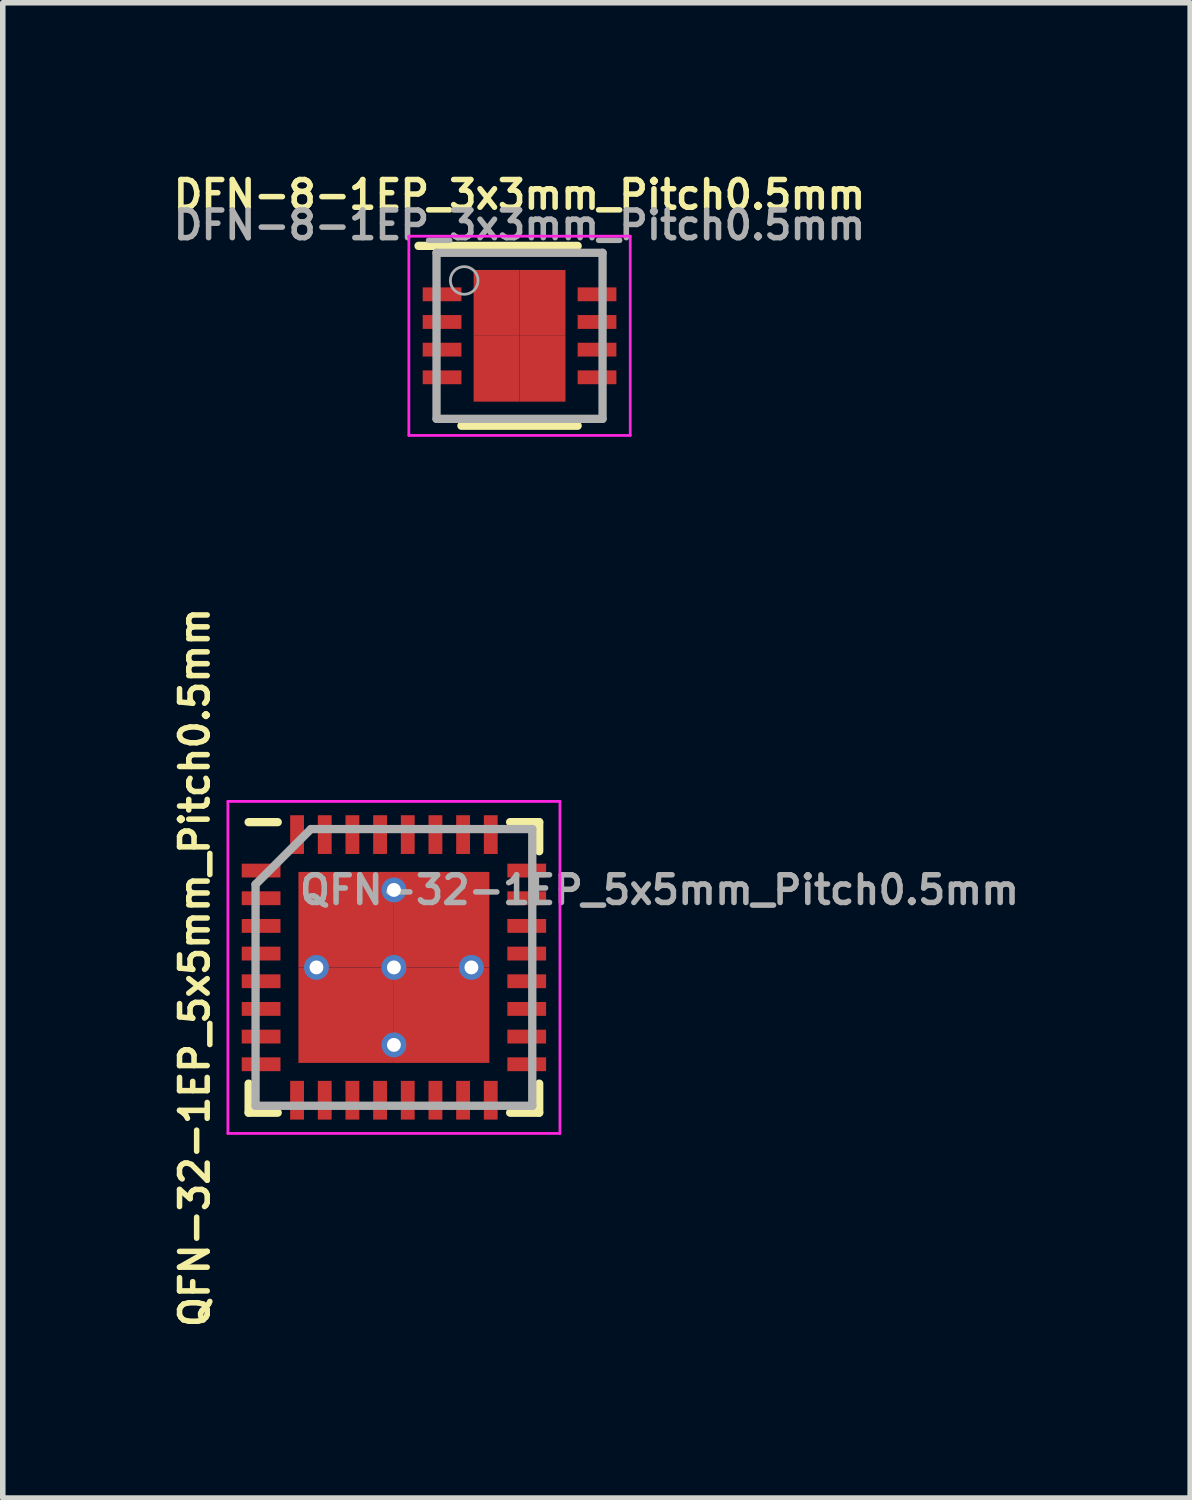
<source format=kicad_pcb>
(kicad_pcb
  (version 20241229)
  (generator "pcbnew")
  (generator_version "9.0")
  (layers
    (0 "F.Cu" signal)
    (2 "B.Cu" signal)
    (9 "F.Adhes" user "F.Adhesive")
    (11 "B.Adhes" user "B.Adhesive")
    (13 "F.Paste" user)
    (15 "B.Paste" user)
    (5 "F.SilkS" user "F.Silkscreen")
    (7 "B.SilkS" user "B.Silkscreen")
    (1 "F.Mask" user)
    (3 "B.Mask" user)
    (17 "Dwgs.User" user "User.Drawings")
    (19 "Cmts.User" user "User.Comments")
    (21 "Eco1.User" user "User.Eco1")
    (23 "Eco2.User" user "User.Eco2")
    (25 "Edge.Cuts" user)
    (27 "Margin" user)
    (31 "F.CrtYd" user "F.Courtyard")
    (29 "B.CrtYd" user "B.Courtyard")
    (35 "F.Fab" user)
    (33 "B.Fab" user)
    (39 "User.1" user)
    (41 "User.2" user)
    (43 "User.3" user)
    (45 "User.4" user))
  (footprint "DFN-8-1EP_3x3mm_Pitch0.5mm"
    (layer "F.Cu")
    (at 6.338 3.018)
    (property "Reference" "DFN-8-1EP_3x3mm_Pitch0.5mm" (at 0 -2.55 0) (layer "F.SilkS") (effects (font (size 0.5 0.5) (thickness 0.1))))
    (attr smd)
    (fp_line (start -1.825 -1.625) (end 1.05 -1.625) (stroke (width 0.15) (type solid)) (layer "F.SilkS"))
    (fp_line (start -1.05 1.625) (end 1.05 1.625) (stroke (width 0.15) (type solid)) (layer "F.SilkS"))
    (fp_line (start -2 -1.8) (end -2 1.8) (stroke (width 0.05) (type solid)) (layer "F.CrtYd"))
    (fp_line (start -2 -1.8) (end 2 -1.8) (stroke (width 0.05) (type solid)) (layer "F.CrtYd"))
    (fp_line (start -2 1.8) (end 2 1.8) (stroke (width 0.05) (type solid)) (layer "F.CrtYd"))
    (fp_line (start 2 -1.8) (end 2 1.8) (stroke (width 0.05) (type solid)) (layer "F.CrtYd"))
    (fp_line (start -1.5 -1.5) (end 1.5 -1.5) (stroke (width 0.15) (type solid)) (layer "F.Fab"))
    (fp_line (start -1.5 1.5) (end -1.5 -1.5) (stroke (width 0.15) (type solid)) (layer "F.Fab"))
    (fp_line (start 1.5 -1.5) (end 1.5 1.5) (stroke (width 0.15) (type solid)) (layer "F.Fab"))
    (fp_line (start 1.5 1.5) (end -1.5 1.5) (stroke (width 0.15) (type solid)) (layer "F.Fab"))
    (fp_circle (center -1 -1) (end -1 -1.25) (stroke (width 0.05) (type solid)) (fill no) (layer "F.Fab"))
    (fp_text user "${REFERENCE}" (at 0 -2 0) (layer "F.Fab") (effects (font (size 0.5 0.5) (thickness 0.1))))
    (pad "1" smd rect (at -1.4 -0.75) (size 0.7 0.25) (layers "F.Cu" "F.Mask" "F.Paste"))
    (pad "2" smd rect (at -1.4 -0.25) (size 0.7 0.25) (layers "F.Cu" "F.Mask" "F.Paste"))
    (pad "3" smd rect (at -1.4 0.25) (size 0.7 0.25) (layers "F.Cu" "F.Mask" "F.Paste"))
    (pad "4" smd rect (at -1.4 0.75) (size 0.7 0.25) (layers "F.Cu" "F.Mask" "F.Paste"))
    (pad "5" smd rect (at 1.4 0.75) (size 0.7 0.25) (layers "F.Cu" "F.Mask" "F.Paste"))
    (pad "6" smd rect (at 1.4 0.25) (size 0.7 0.25) (layers "F.Cu" "F.Mask" "F.Paste"))
    (pad "7" smd rect (at 1.4 -0.25) (size 0.7 0.25) (layers "F.Cu" "F.Mask" "F.Paste"))
    (pad "8" smd rect (at 1.4 -0.75) (size 0.7 0.25) (layers "F.Cu" "F.Mask" "F.Paste"))
    (pad "9" smd rect (at -0.415 -0.595) (size 0.83 1.19) (layers "F.Cu" "F.Mask" "F.Paste"))
    (pad "9" smd rect (at -0.415 0.595) (size 0.83 1.19) (layers "F.Cu" "F.Mask" "F.Paste"))
    (pad "9" smd rect (at 0.415 -0.595) (size 0.83 1.19) (layers "F.Cu" "F.Mask" "F.Paste"))
    (pad "9" smd rect (at 0.415 0.595) (size 0.83 1.19) (layers "F.Cu" "F.Mask" "F.Paste")))
  (footprint "QFN-32-1EP_5x5mm_Pitch0.5mm"
    (layer "F.Cu")
    (at 4.068 14.431)
    (property "Reference" "QFN-32-1EP_5x5mm_Pitch0.5mm" (at -3.6 0 90) (layer "F.SilkS") (effects (font (size 0.5 0.5) (thickness 0.1))))
    (attr smd)
    (fp_line (start -2.625 -2.625) (end -2.1 -2.625) (stroke (width 0.15) (type solid)) (layer "F.SilkS"))
    (fp_line (start -2.625 2.625) (end -2.625 2.1) (stroke (width 0.15) (type solid)) (layer "F.SilkS"))
    (fp_line (start -2.625 2.625) (end -2.1 2.625) (stroke (width 0.15) (type solid)) (layer "F.SilkS"))
    (fp_line (start 2.625 -2.625) (end 2.1 -2.625) (stroke (width 0.15) (type solid)) (layer "F.SilkS"))
    (fp_line (start 2.625 -2.625) (end 2.625 -2.1) (stroke (width 0.15) (type solid)) (layer "F.SilkS"))
    (fp_line (start 2.625 2.625) (end 2.1 2.625) (stroke (width 0.15) (type solid)) (layer "F.SilkS"))
    (fp_line (start 2.625 2.625) (end 2.625 2.1) (stroke (width 0.15) (type solid)) (layer "F.SilkS"))
    (fp_line (start -3 -3) (end -3 3) (stroke (width 0.05) (type solid)) (layer "F.CrtYd"))
    (fp_line (start -3 -3) (end 3 -3) (stroke (width 0.05) (type solid)) (layer "F.CrtYd"))
    (fp_line (start -3 3) (end 3 3) (stroke (width 0.05) (type solid)) (layer "F.CrtYd"))
    (fp_line (start 3 -3) (end 3 3) (stroke (width 0.05) (type solid)) (layer "F.CrtYd"))
    (fp_line (start -2.5 -1.5) (end -1.5 -2.5) (stroke (width 0.15) (type solid)) (layer "F.Fab"))
    (fp_line (start -2.5 2.5) (end -2.5 -1.5) (stroke (width 0.15) (type solid)) (layer "F.Fab"))
    (fp_line (start -1.5 -2.5) (end 2.5 -2.5) (stroke (width 0.15) (type solid)) (layer "F.Fab"))
    (fp_line (start 2.5 -2.5) (end 2.5 2.5) (stroke (width 0.15) (type solid)) (layer "F.Fab"))
    (fp_line (start 2.5 2.5) (end -2.5 2.5) (stroke (width 0.15) (type solid)) (layer "F.Fab"))
    (fp_text user "${REFERENCE}" (at 4.8 -1.4 0) (layer "F.Fab") (effects (font (size 0.5 0.5) (thickness 0.1))))
    (pad "1" smd rect (at -2.4 -1.75) (size 0.7 0.25) (layers "F.Cu" "F.Mask" "F.Paste"))
    (pad "2" smd rect (at -2.4 -1.25) (size 0.7 0.25) (layers "F.Cu" "F.Mask" "F.Paste"))
    (pad "3" smd rect (at -2.4 -0.75) (size 0.7 0.25) (layers "F.Cu" "F.Mask" "F.Paste"))
    (pad "4" smd rect (at -2.4 -0.25) (size 0.7 0.25) (layers "F.Cu" "F.Mask" "F.Paste"))
    (pad "5" smd rect (at -2.4 0.25) (size 0.7 0.25) (layers "F.Cu" "F.Mask" "F.Paste"))
    (pad "6" smd rect (at -2.4 0.75) (size 0.7 0.25) (layers "F.Cu" "F.Mask" "F.Paste"))
    (pad "7" smd rect (at -2.4 1.25) (size 0.7 0.25) (layers "F.Cu" "F.Mask" "F.Paste"))
    (pad "8" smd rect (at -2.4 1.75) (size 0.7 0.25) (layers "F.Cu" "F.Mask" "F.Paste"))
    (pad "9" smd rect (at -1.75 2.4 90) (size 0.7 0.25) (layers "F.Cu" "F.Mask" "F.Paste"))
    (pad "10" smd rect (at -1.25 2.4 90) (size 0.7 0.25) (layers "F.Cu" "F.Mask" "F.Paste"))
    (pad "11" smd rect (at -0.75 2.4 90) (size 0.7 0.25) (layers "F.Cu" "F.Mask" "F.Paste"))
    (pad "12" smd rect (at -0.25 2.4 90) (size 0.7 0.25) (layers "F.Cu" "F.Mask" "F.Paste"))
    (pad "13" smd rect (at 0.25 2.4 90) (size 0.7 0.25) (layers "F.Cu" "F.Mask" "F.Paste"))
    (pad "14" smd rect (at 0.75 2.4 90) (size 0.7 0.25) (layers "F.Cu" "F.Mask" "F.Paste"))
    (pad "15" smd rect (at 1.25 2.4 90) (size 0.7 0.25) (layers "F.Cu" "F.Mask" "F.Paste"))
    (pad "16" smd rect (at 1.75 2.4 90) (size 0.7 0.25) (layers "F.Cu" "F.Mask" "F.Paste"))
    (pad "17" smd rect (at 2.4 1.75) (size 0.7 0.25) (layers "F.Cu" "F.Mask" "F.Paste"))
    (pad "18" smd rect (at 2.4 1.25) (size 0.7 0.25) (layers "F.Cu" "F.Mask" "F.Paste"))
    (pad "19" smd rect (at 2.4 0.75) (size 0.7 0.25) (layers "F.Cu" "F.Mask" "F.Paste"))
    (pad "20" smd rect (at 2.4 0.25) (size 0.7 0.25) (layers "F.Cu" "F.Mask" "F.Paste"))
    (pad "21" smd rect (at 2.4 -0.25) (size 0.7 0.25) (layers "F.Cu" "F.Mask" "F.Paste"))
    (pad "22" smd rect (at 2.4 -0.75) (size 0.7 0.25) (layers "F.Cu" "F.Mask" "F.Paste"))
    (pad "23" smd rect (at 2.4 -1.25) (size 0.7 0.25) (layers "F.Cu" "F.Mask" "F.Paste"))
    (pad "24" smd rect (at 2.4 -1.75) (size 0.7 0.25) (layers "F.Cu" "F.Mask" "F.Paste"))
    (pad "25" smd rect (at 1.75 -2.4 90) (size 0.7 0.25) (layers "F.Cu" "F.Mask" "F.Paste"))
    (pad "26" smd rect (at 1.25 -2.4 90) (size 0.7 0.25) (layers "F.Cu" "F.Mask" "F.Paste"))
    (pad "27" smd rect (at 0.75 -2.4 90) (size 0.7 0.25) (layers "F.Cu" "F.Mask" "F.Paste"))
    (pad "28" smd rect (at 0.25 -2.4 90) (size 0.7 0.25) (layers "F.Cu" "F.Mask" "F.Paste"))
    (pad "29" smd rect (at -0.25 -2.4 90) (size 0.7 0.25) (layers "F.Cu" "F.Mask" "F.Paste"))
    (pad "30" smd rect (at -0.75 -2.4 90) (size 0.7 0.25) (layers "F.Cu" "F.Mask" "F.Paste"))
    (pad "31" smd rect (at -1.25 -2.4 90) (size 0.7 0.25) (layers "F.Cu" "F.Mask" "F.Paste"))
    (pad "32" smd rect (at -1.75 -2.4 90) (size 0.7 0.25) (layers "F.Cu" "F.Mask" "F.Paste"))
    (pad "33" thru_hole circle (at -1.4 0) (size 0.45 0.45) (drill 0.25) (layers "*.Cu" "F.Mask"))
    (pad "33" smd rect (at -0.863 -0.863) (size 1.725 1.725) (layers "F.Cu" "F.Mask" "F.Paste"))
    (pad "33" smd rect (at -0.863 0.863) (size 1.725 1.725) (layers "F.Cu" "F.Mask" "F.Paste"))
    (pad "33" thru_hole circle (at 0 -1.4) (size 0.45 0.45) (drill 0.25) (layers "*.Cu" "F.Mask"))
    (pad "33" thru_hole circle (at 0 0) (size 0.45 0.45) (drill 0.25) (layers "*.Cu" "F.Mask"))
    (pad "33" thru_hole circle (at 0 1.4) (size 0.45 0.45) (drill 0.25) (layers "*.Cu" "F.Mask"))
    (pad "33" smd rect (at 0.863 -0.863) (size 1.725 1.725) (layers "F.Cu" "F.Mask" "F.Paste"))
    (pad "33" smd rect (at 0.863 0.863) (size 1.725 1.725) (layers "F.Cu" "F.Mask" "F.Paste"))
    (pad "33" thru_hole circle (at 1.4 0) (size 0.45 0.45) (drill 0.25) (layers "*.Cu" "F.Mask")))
  (gr_rect
    (start -3 -3)
    (end 18.456 24.019)
    (stroke (width 0.1) (type default))
    (fill no)
    (layer "Edge.Cuts")))
</source>
